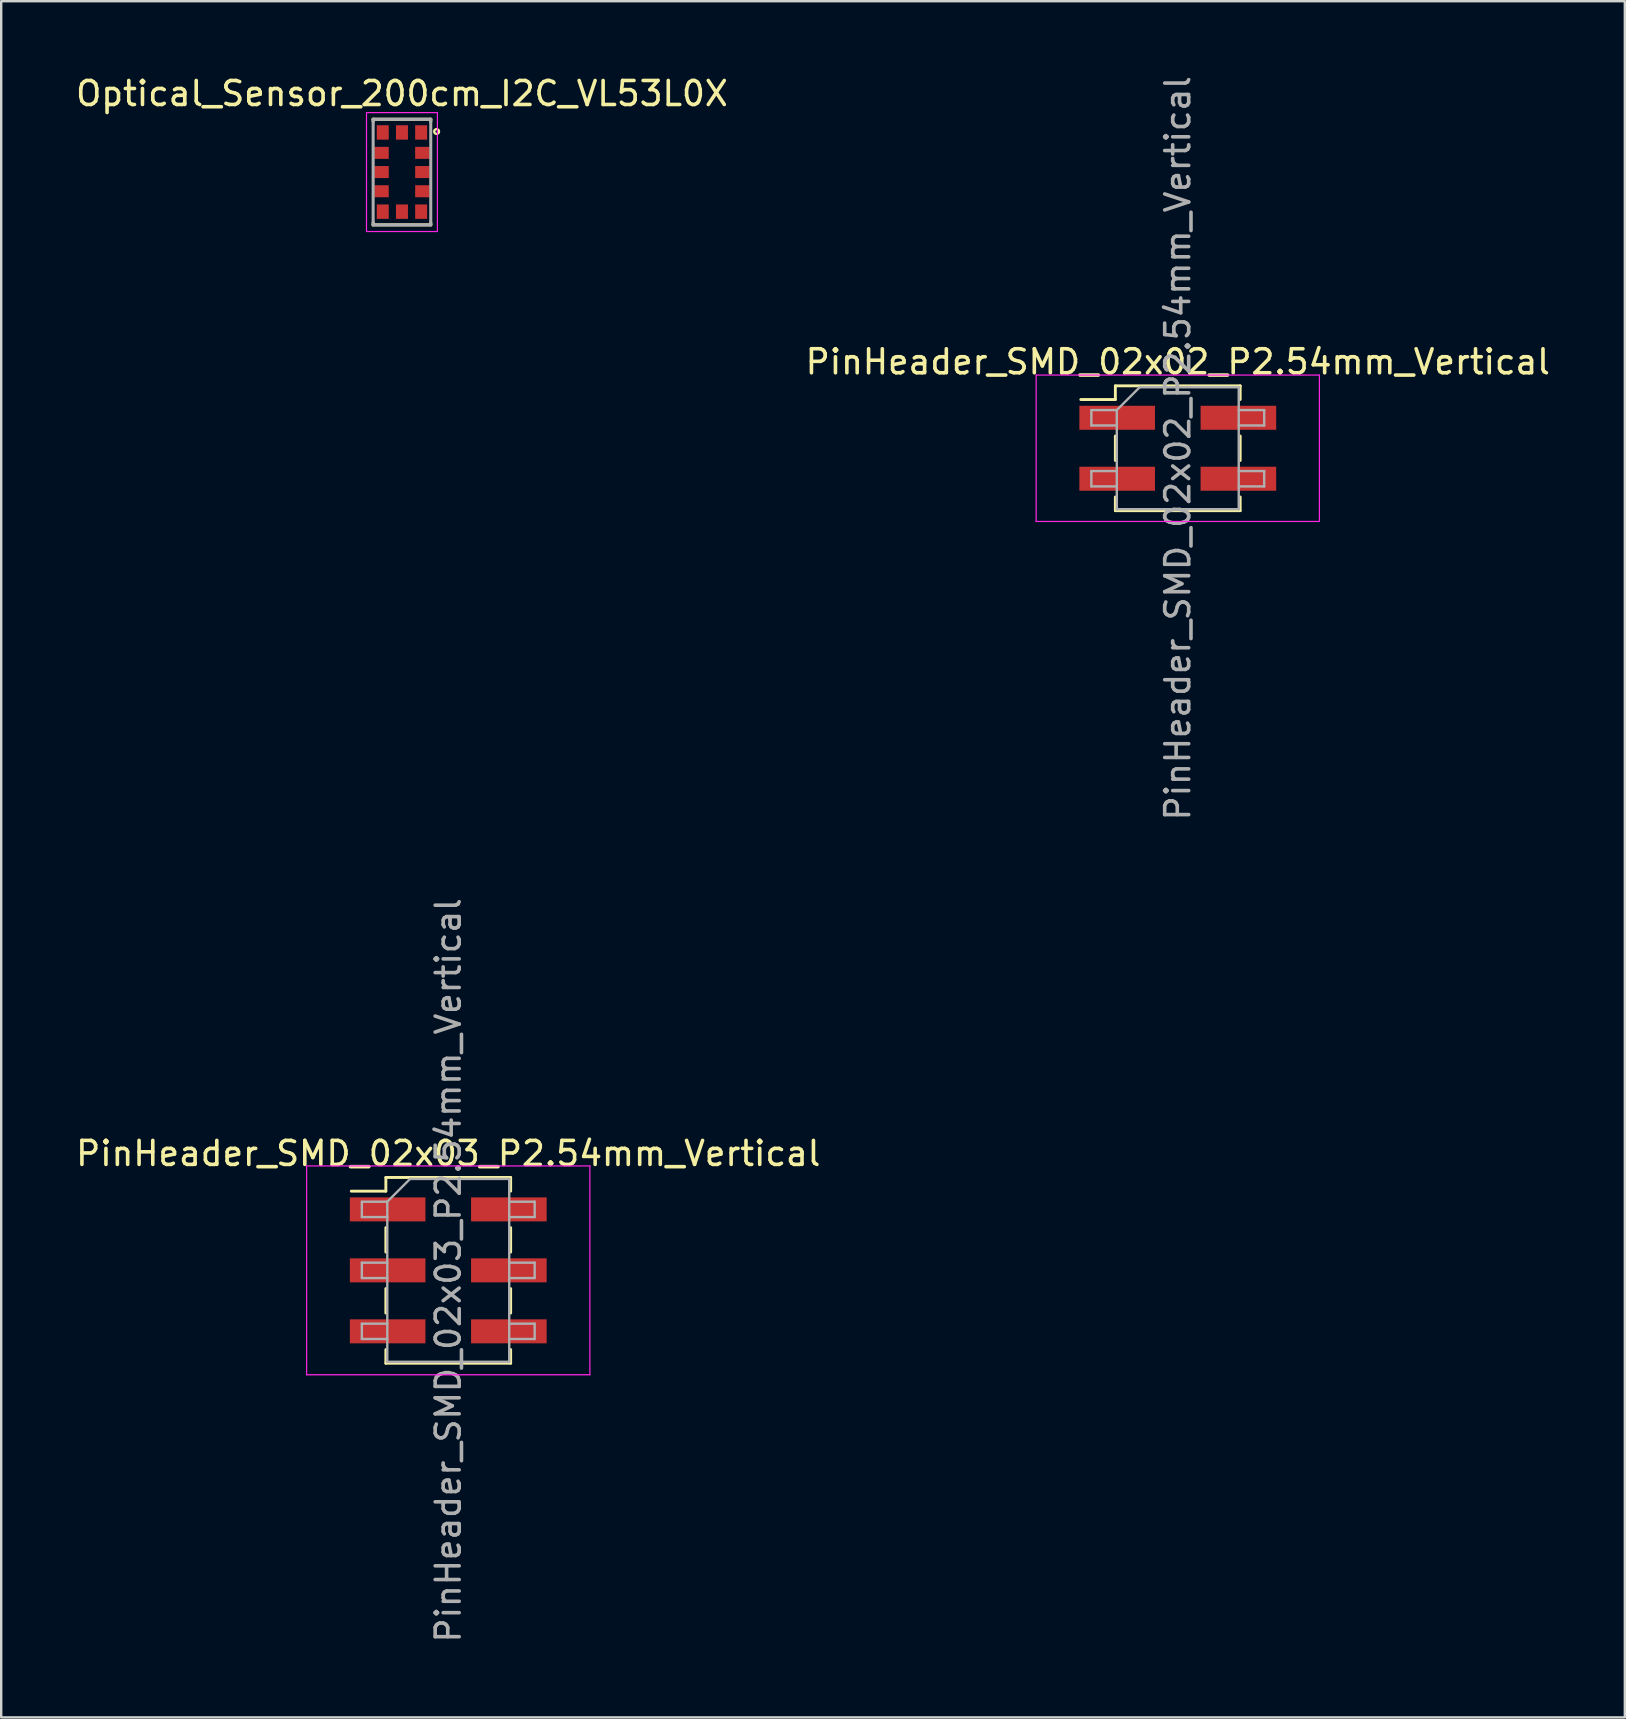
<source format=kicad_pcb>
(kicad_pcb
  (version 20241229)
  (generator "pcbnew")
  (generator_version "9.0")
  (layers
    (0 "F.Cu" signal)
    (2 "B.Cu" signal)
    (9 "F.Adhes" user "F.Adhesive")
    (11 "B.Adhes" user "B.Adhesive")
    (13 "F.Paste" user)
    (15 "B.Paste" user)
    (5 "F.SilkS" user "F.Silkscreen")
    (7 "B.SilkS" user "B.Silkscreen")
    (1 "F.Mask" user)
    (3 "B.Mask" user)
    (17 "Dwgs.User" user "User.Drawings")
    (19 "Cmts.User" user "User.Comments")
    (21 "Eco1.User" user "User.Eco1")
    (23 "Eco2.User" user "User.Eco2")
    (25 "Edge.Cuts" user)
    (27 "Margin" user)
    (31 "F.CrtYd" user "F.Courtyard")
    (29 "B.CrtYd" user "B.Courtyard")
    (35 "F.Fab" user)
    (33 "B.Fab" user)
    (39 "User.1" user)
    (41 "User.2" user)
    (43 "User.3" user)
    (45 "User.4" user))
  (footprint "PinHeader_SMD_02x03_P2.54mm_Vertical"
    (layer "F.Cu")
    (at 15.625 49.875)
    (property "Reference" "PinHeader_SMD_02x03_P2.54mm_Vertical" (at 0 -4.87 0) (layer "F.SilkS") (effects (font (size 1 1) (thickness 0.15))))
    (attr smd)
    (fp_line (start -4.04 -3.3) (end -2.6 -3.3) (stroke (width 0.12) (type solid)) (layer "F.SilkS"))
    (fp_line (start -2.6 -3.87) (end -2.6 -3.3) (stroke (width 0.12) (type solid)) (layer "F.SilkS"))
    (fp_line (start -2.6 -3.87) (end 2.6 -3.87) (stroke (width 0.12) (type solid)) (layer "F.SilkS"))
    (fp_line (start -2.6 -1.78) (end -2.6 -0.76) (stroke (width 0.12) (type solid)) (layer "F.SilkS"))
    (fp_line (start -2.6 0.76) (end -2.6 1.78) (stroke (width 0.12) (type solid)) (layer "F.SilkS"))
    (fp_line (start -2.6 3.3) (end -2.6 3.87) (stroke (width 0.12) (type solid)) (layer "F.SilkS"))
    (fp_line (start -2.6 3.87) (end 2.6 3.87) (stroke (width 0.12) (type solid)) (layer "F.SilkS"))
    (fp_line (start 2.6 -3.87) (end 2.6 -3.3) (stroke (width 0.12) (type solid)) (layer "F.SilkS"))
    (fp_line (start 2.6 -1.78) (end 2.6 -0.76) (stroke (width 0.12) (type solid)) (layer "F.SilkS"))
    (fp_line (start 2.6 0.76) (end 2.6 1.78) (stroke (width 0.12) (type solid)) (layer "F.SilkS"))
    (fp_line (start 2.6 3.3) (end 2.6 3.87) (stroke (width 0.12) (type solid)) (layer "F.SilkS"))
    (fp_line (start -5.9 -4.35) (end -5.9 4.35) (stroke (width 0.05) (type solid)) (layer "F.CrtYd"))
    (fp_line (start -5.9 4.35) (end 5.9 4.35) (stroke (width 0.05) (type solid)) (layer "F.CrtYd"))
    (fp_line (start 5.9 -4.35) (end -5.9 -4.35) (stroke (width 0.05) (type solid)) (layer "F.CrtYd"))
    (fp_line (start 5.9 4.35) (end 5.9 -4.35) (stroke (width 0.05) (type solid)) (layer "F.CrtYd"))
    (fp_line (start -3.6 -2.86) (end -3.6 -2.22) (stroke (width 0.1) (type solid)) (layer "F.Fab"))
    (fp_line (start -3.6 -2.22) (end -2.54 -2.22) (stroke (width 0.1) (type solid)) (layer "F.Fab"))
    (fp_line (start -3.6 -0.32) (end -3.6 0.32) (stroke (width 0.1) (type solid)) (layer "F.Fab"))
    (fp_line (start -3.6 0.32) (end -2.54 0.32) (stroke (width 0.1) (type solid)) (layer "F.Fab"))
    (fp_line (start -3.6 2.22) (end -3.6 2.86) (stroke (width 0.1) (type solid)) (layer "F.Fab"))
    (fp_line (start -3.6 2.86) (end -2.54 2.86) (stroke (width 0.1) (type solid)) (layer "F.Fab"))
    (fp_line (start -2.54 -2.86) (end -3.6 -2.86) (stroke (width 0.1) (type solid)) (layer "F.Fab"))
    (fp_line (start -2.54 -2.86) (end -1.59 -3.81) (stroke (width 0.1) (type solid)) (layer "F.Fab"))
    (fp_line (start -2.54 -0.32) (end -3.6 -0.32) (stroke (width 0.1) (type solid)) (layer "F.Fab"))
    (fp_line (start -2.54 2.22) (end -3.6 2.22) (stroke (width 0.1) (type solid)) (layer "F.Fab"))
    (fp_line (start -2.54 3.81) (end -2.54 -2.86) (stroke (width 0.1) (type solid)) (layer "F.Fab"))
    (fp_line (start -1.59 -3.81) (end 2.54 -3.81) (stroke (width 0.1) (type solid)) (layer "F.Fab"))
    (fp_line (start 2.54 -3.81) (end 2.54 3.81) (stroke (width 0.1) (type solid)) (layer "F.Fab"))
    (fp_line (start 2.54 -2.86) (end 3.6 -2.86) (stroke (width 0.1) (type solid)) (layer "F.Fab"))
    (fp_line (start 2.54 -0.32) (end 3.6 -0.32) (stroke (width 0.1) (type solid)) (layer "F.Fab"))
    (fp_line (start 2.54 2.22) (end 3.6 2.22) (stroke (width 0.1) (type solid)) (layer "F.Fab"))
    (fp_line (start 2.54 3.81) (end -2.54 3.81) (stroke (width 0.1) (type solid)) (layer "F.Fab"))
    (fp_line (start 3.6 -2.86) (end 3.6 -2.22) (stroke (width 0.1) (type solid)) (layer "F.Fab"))
    (fp_line (start 3.6 -2.22) (end 2.54 -2.22) (stroke (width 0.1) (type solid)) (layer "F.Fab"))
    (fp_line (start 3.6 -0.32) (end 3.6 0.32) (stroke (width 0.1) (type solid)) (layer "F.Fab"))
    (fp_line (start 3.6 0.32) (end 2.54 0.32) (stroke (width 0.1) (type solid)) (layer "F.Fab"))
    (fp_line (start 3.6 2.22) (end 3.6 2.86) (stroke (width 0.1) (type solid)) (layer "F.Fab"))
    (fp_line (start 3.6 2.86) (end 2.54 2.86) (stroke (width 0.1) (type solid)) (layer "F.Fab"))
    (fp_text user "${REFERENCE}" (at 0 0 90) (layer "F.Fab") (effects (font (size 1 1) (thickness 0.15))))
    (pad "1" smd rect (at -2.525 -2.54) (size 3.15 1) (layers "F.Cu" "F.Mask" "F.Paste"))
    (pad "2" smd rect (at 2.525 -2.54) (size 3.15 1) (layers "F.Cu" "F.Mask" "F.Paste"))
    (pad "3" smd rect (at -2.525 0) (size 3.15 1) (layers "F.Cu" "F.Mask" "F.Paste"))
    (pad "4" smd rect (at 2.525 0) (size 3.15 1) (layers "F.Cu" "F.Mask" "F.Paste"))
    (pad "5" smd rect (at -2.525 2.54) (size 3.15 1) (layers "F.Cu" "F.Mask" "F.Paste"))
    (pad "6" smd rect (at 2.525 2.54) (size 3.15 1) (layers "F.Cu" "F.Mask" "F.Paste")))
  (footprint "Optical_Sensor_200cm_I2C_VL53L0X"
    (layer "F.Cu")
    (at 13.696 4.118)
    (property "Reference" "Optical_Sensor_200cm_I2C_VL53L0X" (at 0 -3.27 0) (layer "F.SilkS") (effects (font (size 1 1) (thickness 0.15))))
    (attr smd)
    (fp_line (start -1.2 -2.2) (end -1.2 -2.1) (stroke (width 0.127) (type solid)) (layer "F.SilkS"))
    (fp_line (start -1.2 -2.2) (end 1.2 -2.2) (stroke (width 0.127) (type solid)) (layer "F.SilkS"))
    (fp_line (start -1.2 2.2) (end -1.2 2.1) (stroke (width 0.127) (type solid)) (layer "F.SilkS"))
    (fp_line (start 1.2 -2.2) (end 1.2 -2.1) (stroke (width 0.127) (type solid)) (layer "F.SilkS"))
    (fp_line (start 1.2 2.2) (end -1.2 2.2) (stroke (width 0.127) (type solid)) (layer "F.SilkS"))
    (fp_line (start 1.2 2.2) (end 1.2 2.1) (stroke (width 0.127) (type solid)) (layer "F.SilkS"))
    (fp_circle (center 1.444 -1.689) (end 1.544 -1.689) (stroke (width 0.1) (type solid)) (fill no) (layer "F.SilkS"))
    (fp_line (start -1.477 -2.477) (end 1.477 -2.477) (stroke (width 0.05) (type solid)) (layer "F.CrtYd"))
    (fp_line (start -1.477 2.477) (end -1.477 -2.477) (stroke (width 0.05) (type solid)) (layer "F.CrtYd"))
    (fp_line (start 1.477 -2.477) (end 1.477 2.477) (stroke (width 0.05) (type solid)) (layer "F.CrtYd"))
    (fp_line (start 1.477 2.477) (end -1.477 2.477) (stroke (width 0.05) (type solid)) (layer "F.CrtYd"))
    (fp_line (start -1.2 -2.2) (end 1.2 -2.2) (stroke (width 0.127) (type solid)) (layer "F.Fab"))
    (fp_line (start -1.2 2.2) (end -1.2 -2.2) (stroke (width 0.127) (type solid)) (layer "F.Fab"))
    (fp_line (start 1.2 -2.2) (end 1.2 2.2) (stroke (width 0.127) (type solid)) (layer "F.Fab"))
    (fp_line (start 1.2 2.2) (end -1.2 2.2) (stroke (width 0.127) (type solid)) (layer "F.Fab"))
    (pad "1" smd rect (at 0.8 -1.65) (size 0.5 0.6) (layers "F.Cu" "F.Mask" "F.Paste"))
    (pad "2" smd rect (at 0.85 -0.8) (size 0.6 0.5) (layers "F.Cu" "F.Mask" "F.Paste"))
    (pad "3" smd rect (at 0.85 0) (size 0.6 0.5) (layers "F.Cu" "F.Mask" "F.Paste"))
    (pad "4" smd rect (at 0.85 0.8) (size 0.6 0.5) (layers "F.Cu" "F.Mask" "F.Paste"))
    (pad "5" smd rect (at 0.8 1.65) (size 0.5 0.6) (layers "F.Cu" "F.Mask" "F.Paste"))
    (pad "6" smd rect (at 0 1.65) (size 0.5 0.6) (layers "F.Cu" "F.Mask" "F.Paste"))
    (pad "7" smd rect (at -0.8 1.65) (size 0.5 0.6) (layers "F.Cu" "F.Mask" "F.Paste"))
    (pad "8" smd rect (at -0.85 0.8) (size 0.6 0.5) (layers "F.Cu" "F.Mask" "F.Paste"))
    (pad "9" smd rect (at -0.85 0) (size 0.6 0.5) (layers "F.Cu" "F.Mask" "F.Paste"))
    (pad "10" smd rect (at -0.85 -0.8) (size 0.6 0.5) (layers "F.Cu" "F.Mask" "F.Paste"))
    (pad "11" smd rect (at -0.8 -1.65) (size 0.5 0.6) (layers "F.Cu" "F.Mask" "F.Paste"))
    (pad "12" smd rect (at 0 -1.65) (size 0.5 0.6) (layers "F.Cu" "F.Mask" "F.Paste")))
  (footprint "PinHeader_SMD_02x02_P2.54mm_Vertical"
    (layer "F.Cu")
    (at 46.018 15.625)
    (property "Reference" "PinHeader_SMD_02x02_P2.54mm_Vertical" (at 0 -3.6 0) (layer "F.SilkS") (effects (font (size 1 1) (thickness 0.15))))
    (attr smd)
    (fp_line (start -4.04 -2.03) (end -2.6 -2.03) (stroke (width 0.12) (type solid)) (layer "F.SilkS"))
    (fp_line (start -2.6 -2.6) (end -2.6 -2.03) (stroke (width 0.12) (type solid)) (layer "F.SilkS"))
    (fp_line (start -2.6 -2.6) (end 2.6 -2.6) (stroke (width 0.12) (type solid)) (layer "F.SilkS"))
    (fp_line (start -2.6 -0.51) (end -2.6 0.51) (stroke (width 0.12) (type solid)) (layer "F.SilkS"))
    (fp_line (start -2.6 2.03) (end -2.6 2.6) (stroke (width 0.12) (type solid)) (layer "F.SilkS"))
    (fp_line (start -2.6 2.6) (end 2.6 2.6) (stroke (width 0.12) (type solid)) (layer "F.SilkS"))
    (fp_line (start 2.6 -2.6) (end 2.6 -2.03) (stroke (width 0.12) (type solid)) (layer "F.SilkS"))
    (fp_line (start 2.6 -0.51) (end 2.6 0.51) (stroke (width 0.12) (type solid)) (layer "F.SilkS"))
    (fp_line (start 2.6 2.03) (end 2.6 2.6) (stroke (width 0.12) (type solid)) (layer "F.SilkS"))
    (fp_line (start -5.9 -3.05) (end -5.9 3.05) (stroke (width 0.05) (type solid)) (layer "F.CrtYd"))
    (fp_line (start -5.9 3.05) (end 5.9 3.05) (stroke (width 0.05) (type solid)) (layer "F.CrtYd"))
    (fp_line (start 5.9 -3.05) (end -5.9 -3.05) (stroke (width 0.05) (type solid)) (layer "F.CrtYd"))
    (fp_line (start 5.9 3.05) (end 5.9 -3.05) (stroke (width 0.05) (type solid)) (layer "F.CrtYd"))
    (fp_line (start -3.6 -1.59) (end -3.6 -0.95) (stroke (width 0.1) (type solid)) (layer "F.Fab"))
    (fp_line (start -3.6 -0.95) (end -2.54 -0.95) (stroke (width 0.1) (type solid)) (layer "F.Fab"))
    (fp_line (start -3.6 0.95) (end -3.6 1.59) (stroke (width 0.1) (type solid)) (layer "F.Fab"))
    (fp_line (start -3.6 1.59) (end -2.54 1.59) (stroke (width 0.1) (type solid)) (layer "F.Fab"))
    (fp_line (start -2.54 -1.59) (end -3.6 -1.59) (stroke (width 0.1) (type solid)) (layer "F.Fab"))
    (fp_line (start -2.54 -1.59) (end -1.59 -2.54) (stroke (width 0.1) (type solid)) (layer "F.Fab"))
    (fp_line (start -2.54 0.95) (end -3.6 0.95) (stroke (width 0.1) (type solid)) (layer "F.Fab"))
    (fp_line (start -2.54 2.54) (end -2.54 -1.59) (stroke (width 0.1) (type solid)) (layer "F.Fab"))
    (fp_line (start -1.59 -2.54) (end 2.54 -2.54) (stroke (width 0.1) (type solid)) (layer "F.Fab"))
    (fp_line (start 2.54 -2.54) (end 2.54 2.54) (stroke (width 0.1) (type solid)) (layer "F.Fab"))
    (fp_line (start 2.54 -1.59) (end 3.6 -1.59) (stroke (width 0.1) (type solid)) (layer "F.Fab"))
    (fp_line (start 2.54 0.95) (end 3.6 0.95) (stroke (width 0.1) (type solid)) (layer "F.Fab"))
    (fp_line (start 2.54 2.54) (end -2.54 2.54) (stroke (width 0.1) (type solid)) (layer "F.Fab"))
    (fp_line (start 3.6 -1.59) (end 3.6 -0.95) (stroke (width 0.1) (type solid)) (layer "F.Fab"))
    (fp_line (start 3.6 -0.95) (end 2.54 -0.95) (stroke (width 0.1) (type solid)) (layer "F.Fab"))
    (fp_line (start 3.6 0.95) (end 3.6 1.59) (stroke (width 0.1) (type solid)) (layer "F.Fab"))
    (fp_line (start 3.6 1.59) (end 2.54 1.59) (stroke (width 0.1) (type solid)) (layer "F.Fab"))
    (fp_text user "${REFERENCE}" (at 0 0 90) (layer "F.Fab") (effects (font (size 1 1) (thickness 0.15))))
    (pad "1" smd rect (at -2.525 -1.27) (size 3.15 1) (layers "F.Cu" "F.Mask" "F.Paste"))
    (pad "2" smd rect (at 2.525 -1.27) (size 3.15 1) (layers "F.Cu" "F.Mask" "F.Paste"))
    (pad "3" smd rect (at -2.525 1.27) (size 3.15 1) (layers "F.Cu" "F.Mask" "F.Paste"))
    (pad "4" smd rect (at 2.525 1.27) (size 3.15 1) (layers "F.Cu" "F.Mask" "F.Paste")))
  (gr_rect
    (start -3 -3)
    (end 64.643 68.5)
    (stroke (width 0.1) (type default))
    (fill no)
    (layer "Edge.Cuts")))
</source>
